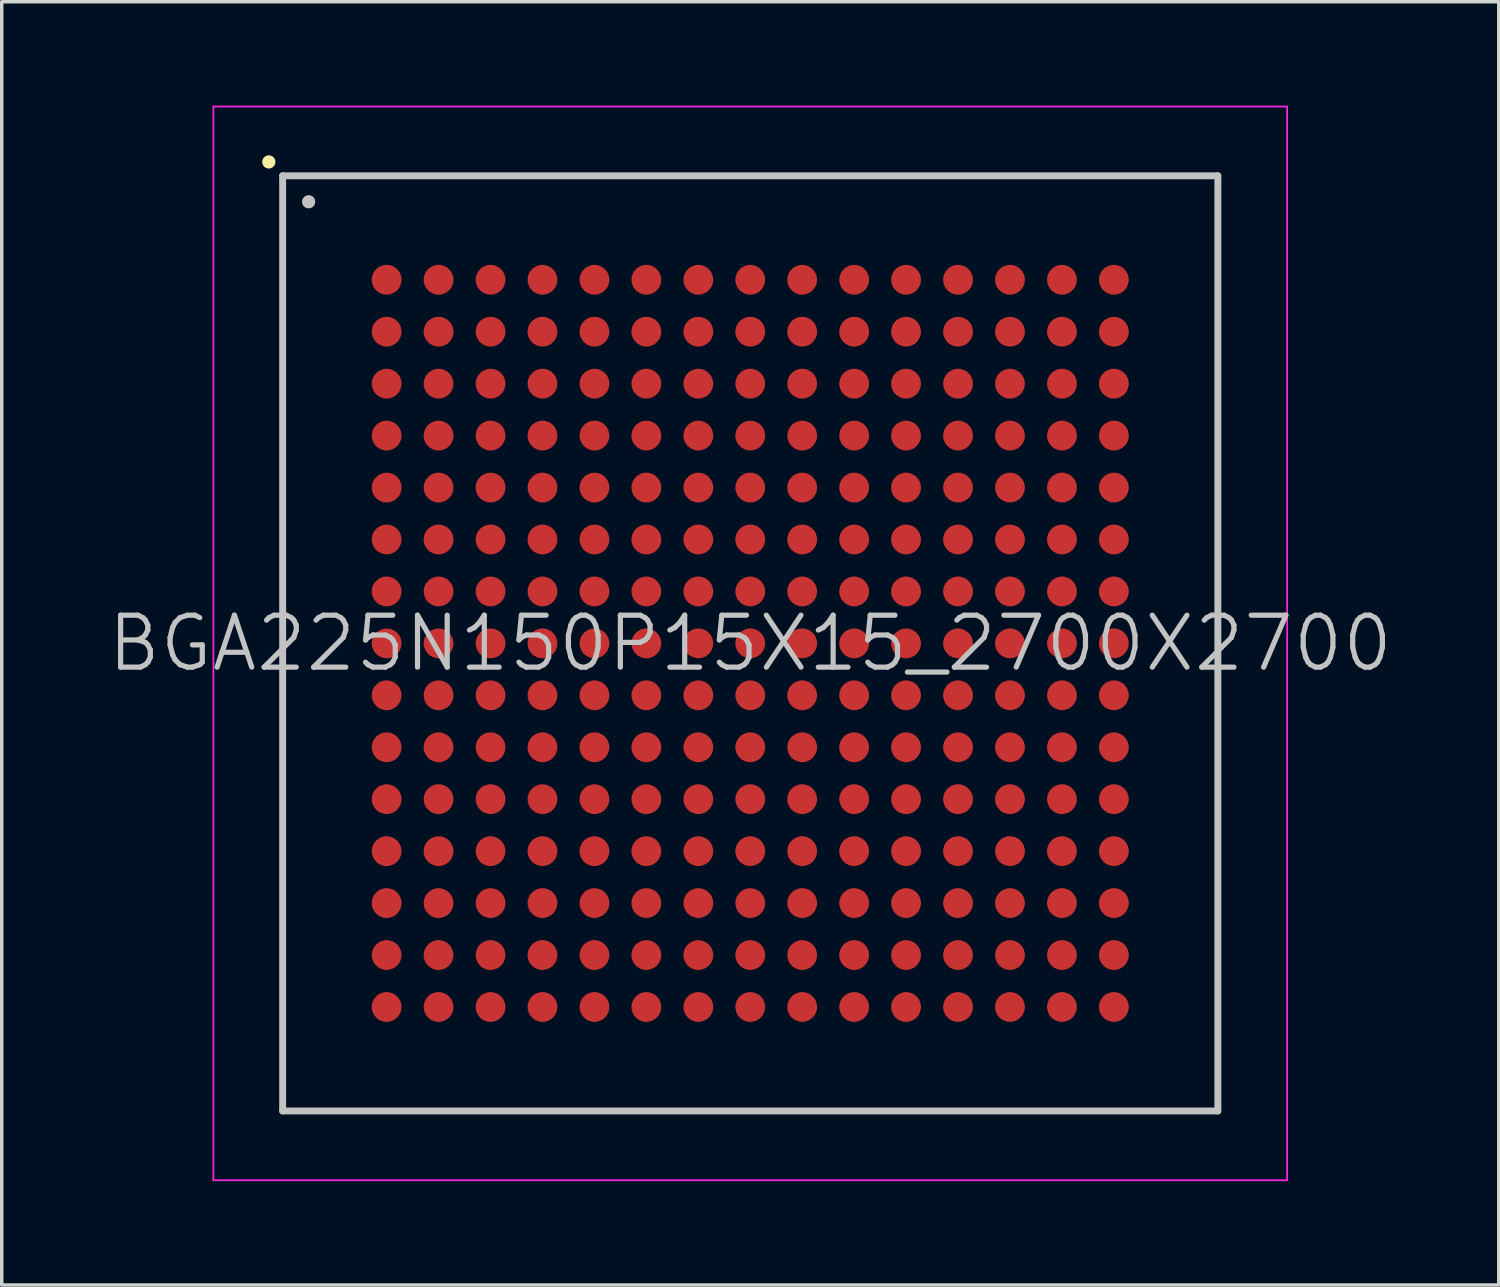
<source format=kicad_pcb>
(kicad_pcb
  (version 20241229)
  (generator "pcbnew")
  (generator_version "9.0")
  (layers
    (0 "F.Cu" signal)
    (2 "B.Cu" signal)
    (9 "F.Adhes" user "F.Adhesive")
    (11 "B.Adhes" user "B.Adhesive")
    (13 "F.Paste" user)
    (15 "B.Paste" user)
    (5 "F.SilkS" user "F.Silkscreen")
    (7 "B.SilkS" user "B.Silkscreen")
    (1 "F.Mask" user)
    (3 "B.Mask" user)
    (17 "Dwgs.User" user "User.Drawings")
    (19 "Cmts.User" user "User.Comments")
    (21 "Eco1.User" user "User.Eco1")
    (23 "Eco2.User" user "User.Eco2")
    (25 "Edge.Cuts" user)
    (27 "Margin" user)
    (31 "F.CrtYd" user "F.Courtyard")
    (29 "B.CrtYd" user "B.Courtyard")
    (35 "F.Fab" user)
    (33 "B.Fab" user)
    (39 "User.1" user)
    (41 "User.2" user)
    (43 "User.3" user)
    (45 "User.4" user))
  (footprint "BGA225N150P15X15_2700X2700"
    (layer "F.Cu")
    (at 18.611 15.525)
    (property "Reference" "BGA225N150P15X15_2700X2700" (at 0 0 0) (layer "Dwgs.User") (effects (font (size 1.5 1.5) (thickness 0.15))))
    (attr smd)
    (fp_line (start -13.9 -13.9) (end -13.9 -13.9) (stroke (width 0.381) (type solid)) (layer "F.SilkS"))
    (fp_line (start -13.5 -13.5) (end -13.5 13.5) (stroke (width 0.2) (type solid)) (layer "Dwgs.User"))
    (fp_line (start -13.5 -13.5) (end 13.5 -13.5) (stroke (width 0.2) (type solid)) (layer "Dwgs.User"))
    (fp_line (start -13.5 13.5) (end 13.5 13.5) (stroke (width 0.2) (type solid)) (layer "Dwgs.User"))
    (fp_line (start -12.75 -12.75) (end -12.75 -12.75) (stroke (width 0.381) (type solid)) (layer "Dwgs.User"))
    (fp_line (start 13.5 -13.5) (end 13.5 13.5) (stroke (width 0.2) (type solid)) (layer "Dwgs.User"))
    (fp_line (start -15.5 -15.5) (end -15.5 15.5) (stroke (width 0.05) (type solid)) (layer "F.CrtYd"))
    (fp_line (start -15.5 -15.5) (end 15.5 -15.5) (stroke (width 0.05) (type solid)) (layer "F.CrtYd"))
    (fp_line (start -15.5 15.5) (end 15.5 15.5) (stroke (width 0.05) (type solid)) (layer "F.CrtYd"))
    (fp_line (start 15.5 -15.5) (end 15.5 15.5) (stroke (width 0.05) (type solid)) (layer "F.CrtYd"))
    (pad "A1" smd circle (at -10.498 -10.498 270) (size 0.86 0.86) (layers "F.Cu" "F.Mask" "F.Paste"))
    (pad "A2" smd circle (at -8.999 -10.498 270) (size 0.86 0.86) (layers "F.Cu" "F.Mask" "F.Paste"))
    (pad "A3" smd circle (at -7.498 -10.498 270) (size 0.86 0.86) (layers "F.Cu" "F.Mask" "F.Paste"))
    (pad "A4" smd circle (at -5.999 -10.498 270) (size 0.86 0.86) (layers "F.Cu" "F.Mask" "F.Paste"))
    (pad "A5" smd circle (at -4.498 -10.498 270) (size 0.86 0.86) (layers "F.Cu" "F.Mask" "F.Paste"))
    (pad "A6" smd circle (at -3 -10.498 270) (size 0.86 0.86) (layers "F.Cu" "F.Mask" "F.Paste"))
    (pad "A7" smd circle (at -1.499 -10.498 270) (size 0.86 0.86) (layers "F.Cu" "F.Mask" "F.Paste"))
    (pad "A8" smd circle (at 0 -10.498 270) (size 0.86 0.86) (layers "F.Cu" "F.Mask" "F.Paste"))
    (pad "A9" smd circle (at 1.499 -10.498 270) (size 0.86 0.86) (layers "F.Cu" "F.Mask" "F.Paste"))
    (pad "A10" smd circle (at 3 -10.498 270) (size 0.86 0.86) (layers "F.Cu" "F.Mask" "F.Paste"))
    (pad "A11" smd circle (at 4.498 -10.498 270) (size 0.86 0.86) (layers "F.Cu" "F.Mask" "F.Paste"))
    (pad "A12" smd circle (at 5.999 -10.498 270) (size 0.86 0.86) (layers "F.Cu" "F.Mask" "F.Paste"))
    (pad "A13" smd circle (at 7.498 -10.498 270) (size 0.86 0.86) (layers "F.Cu" "F.Mask" "F.Paste"))
    (pad "A14" smd circle (at 8.999 -10.498 270) (size 0.86 0.86) (layers "F.Cu" "F.Mask" "F.Paste"))
    (pad "A15" smd circle (at 10.498 -10.498 270) (size 0.86 0.86) (layers "F.Cu" "F.Mask" "F.Paste"))
    (pad "B1" smd circle (at -10.498 -8.999 270) (size 0.86 0.86) (layers "F.Cu" "F.Mask" "F.Paste"))
    (pad "B2" smd circle (at -8.999 -8.999 270) (size 0.86 0.86) (layers "F.Cu" "F.Mask" "F.Paste"))
    (pad "B3" smd circle (at -7.498 -8.999 270) (size 0.86 0.86) (layers "F.Cu" "F.Mask" "F.Paste"))
    (pad "B4" smd circle (at -5.999 -8.999 270) (size 0.86 0.86) (layers "F.Cu" "F.Mask" "F.Paste"))
    (pad "B5" smd circle (at -4.498 -8.999 270) (size 0.86 0.86) (layers "F.Cu" "F.Mask" "F.Paste"))
    (pad "B6" smd circle (at -3 -8.999 270) (size 0.86 0.86) (layers "F.Cu" "F.Mask" "F.Paste"))
    (pad "B7" smd circle (at -1.499 -8.999 270) (size 0.86 0.86) (layers "F.Cu" "F.Mask" "F.Paste"))
    (pad "B8" smd circle (at 0 -8.999 270) (size 0.86 0.86) (layers "F.Cu" "F.Mask" "F.Paste"))
    (pad "B9" smd circle (at 1.499 -8.999 270) (size 0.86 0.86) (layers "F.Cu" "F.Mask" "F.Paste"))
    (pad "B10" smd circle (at 3 -8.999 270) (size 0.86 0.86) (layers "F.Cu" "F.Mask" "F.Paste"))
    (pad "B11" smd circle (at 4.498 -8.999 270) (size 0.86 0.86) (layers "F.Cu" "F.Mask" "F.Paste"))
    (pad "B12" smd circle (at 5.999 -8.999 270) (size 0.86 0.86) (layers "F.Cu" "F.Mask" "F.Paste"))
    (pad "B13" smd circle (at 7.498 -8.999 270) (size 0.86 0.86) (layers "F.Cu" "F.Mask" "F.Paste"))
    (pad "B14" smd circle (at 8.999 -8.999 270) (size 0.86 0.86) (layers "F.Cu" "F.Mask" "F.Paste"))
    (pad "B15" smd circle (at 10.498 -8.999 270) (size 0.86 0.86) (layers "F.Cu" "F.Mask" "F.Paste"))
    (pad "C1" smd circle (at -10.498 -7.498 270) (size 0.86 0.86) (layers "F.Cu" "F.Mask" "F.Paste"))
    (pad "C2" smd circle (at -8.999 -7.498 270) (size 0.86 0.86) (layers "F.Cu" "F.Mask" "F.Paste"))
    (pad "C3" smd circle (at -7.498 -7.498 270) (size 0.86 0.86) (layers "F.Cu" "F.Mask" "F.Paste"))
    (pad "C4" smd circle (at -5.999 -7.498 270) (size 0.86 0.86) (layers "F.Cu" "F.Mask" "F.Paste"))
    (pad "C5" smd circle (at -4.498 -7.498 270) (size 0.86 0.86) (layers "F.Cu" "F.Mask" "F.Paste"))
    (pad "C6" smd circle (at -3 -7.498 270) (size 0.86 0.86) (layers "F.Cu" "F.Mask" "F.Paste"))
    (pad "C7" smd circle (at -1.499 -7.498 270) (size 0.86 0.86) (layers "F.Cu" "F.Mask" "F.Paste"))
    (pad "C8" smd circle (at 0 -7.498 270) (size 0.86 0.86) (layers "F.Cu" "F.Mask" "F.Paste"))
    (pad "C9" smd circle (at 1.499 -7.498 270) (size 0.86 0.86) (layers "F.Cu" "F.Mask" "F.Paste"))
    (pad "C10" smd circle (at 3 -7.498 270) (size 0.86 0.86) (layers "F.Cu" "F.Mask" "F.Paste"))
    (pad "C11" smd circle (at 4.498 -7.498 270) (size 0.86 0.86) (layers "F.Cu" "F.Mask" "F.Paste"))
    (pad "C12" smd circle (at 5.999 -7.498 270) (size 0.86 0.86) (layers "F.Cu" "F.Mask" "F.Paste"))
    (pad "C13" smd circle (at 7.498 -7.498 270) (size 0.86 0.86) (layers "F.Cu" "F.Mask" "F.Paste"))
    (pad "C14" smd circle (at 8.999 -7.498 270) (size 0.86 0.86) (layers "F.Cu" "F.Mask" "F.Paste"))
    (pad "C15" smd circle (at 10.498 -7.498 270) (size 0.86 0.86) (layers "F.Cu" "F.Mask" "F.Paste"))
    (pad "D1" smd circle (at -10.498 -5.999 270) (size 0.86 0.86) (layers "F.Cu" "F.Mask" "F.Paste"))
    (pad "D2" smd circle (at -8.999 -5.999 270) (size 0.86 0.86) (layers "F.Cu" "F.Mask" "F.Paste"))
    (pad "D3" smd circle (at -7.498 -5.999 270) (size 0.86 0.86) (layers "F.Cu" "F.Mask" "F.Paste"))
    (pad "D4" smd circle (at -5.999 -5.999 270) (size 0.86 0.86) (layers "F.Cu" "F.Mask" "F.Paste"))
    (pad "D5" smd circle (at -4.498 -5.999 270) (size 0.86 0.86) (layers "F.Cu" "F.Mask" "F.Paste"))
    (pad "D6" smd circle (at -3 -5.999 270) (size 0.86 0.86) (layers "F.Cu" "F.Mask" "F.Paste"))
    (pad "D7" smd circle (at -1.499 -5.999 270) (size 0.86 0.86) (layers "F.Cu" "F.Mask" "F.Paste"))
    (pad "D8" smd circle (at 0 -5.999 270) (size 0.86 0.86) (layers "F.Cu" "F.Mask" "F.Paste"))
    (pad "D9" smd circle (at 1.499 -5.999 270) (size 0.86 0.86) (layers "F.Cu" "F.Mask" "F.Paste"))
    (pad "D10" smd circle (at 3 -5.999 270) (size 0.86 0.86) (layers "F.Cu" "F.Mask" "F.Paste"))
    (pad "D11" smd circle (at 4.498 -5.999 270) (size 0.86 0.86) (layers "F.Cu" "F.Mask" "F.Paste"))
    (pad "D12" smd circle (at 5.999 -5.999 270) (size 0.86 0.86) (layers "F.Cu" "F.Mask" "F.Paste"))
    (pad "D13" smd circle (at 7.498 -5.999 270) (size 0.86 0.86) (layers "F.Cu" "F.Mask" "F.Paste"))
    (pad "D14" smd circle (at 8.999 -5.999 270) (size 0.86 0.86) (layers "F.Cu" "F.Mask" "F.Paste"))
    (pad "D15" smd circle (at 10.498 -5.999 270) (size 0.86 0.86) (layers "F.Cu" "F.Mask" "F.Paste"))
    (pad "E1" smd circle (at -10.498 -4.498 270) (size 0.86 0.86) (layers "F.Cu" "F.Mask" "F.Paste"))
    (pad "E2" smd circle (at -8.999 -4.498 270) (size 0.86 0.86) (layers "F.Cu" "F.Mask" "F.Paste"))
    (pad "E3" smd circle (at -7.498 -4.498 270) (size 0.86 0.86) (layers "F.Cu" "F.Mask" "F.Paste"))
    (pad "E4" smd circle (at -5.999 -4.498 270) (size 0.86 0.86) (layers "F.Cu" "F.Mask" "F.Paste"))
    (pad "E5" smd circle (at -4.498 -4.498 270) (size 0.86 0.86) (layers "F.Cu" "F.Mask" "F.Paste"))
    (pad "E6" smd circle (at -3 -4.498 270) (size 0.86 0.86) (layers "F.Cu" "F.Mask" "F.Paste"))
    (pad "E7" smd circle (at -1.499 -4.498 270) (size 0.86 0.86) (layers "F.Cu" "F.Mask" "F.Paste"))
    (pad "E8" smd circle (at 0 -4.498 270) (size 0.86 0.86) (layers "F.Cu" "F.Mask" "F.Paste"))
    (pad "E9" smd circle (at 1.499 -4.498 270) (size 0.86 0.86) (layers "F.Cu" "F.Mask" "F.Paste"))
    (pad "E10" smd circle (at 3 -4.498 270) (size 0.86 0.86) (layers "F.Cu" "F.Mask" "F.Paste"))
    (pad "E11" smd circle (at 4.498 -4.498 270) (size 0.86 0.86) (layers "F.Cu" "F.Mask" "F.Paste"))
    (pad "E12" smd circle (at 5.999 -4.498 270) (size 0.86 0.86) (layers "F.Cu" "F.Mask" "F.Paste"))
    (pad "E13" smd circle (at 7.498 -4.498 270) (size 0.86 0.86) (layers "F.Cu" "F.Mask" "F.Paste"))
    (pad "E14" smd circle (at 8.999 -4.498 270) (size 0.86 0.86) (layers "F.Cu" "F.Mask" "F.Paste"))
    (pad "E15" smd circle (at 10.498 -4.498 270) (size 0.86 0.86) (layers "F.Cu" "F.Mask" "F.Paste"))
    (pad "F1" smd circle (at -10.498 -3 270) (size 0.86 0.86) (layers "F.Cu" "F.Mask" "F.Paste"))
    (pad "F2" smd circle (at -8.999 -3 270) (size 0.86 0.86) (layers "F.Cu" "F.Mask" "F.Paste"))
    (pad "F3" smd circle (at -7.498 -3 270) (size 0.86 0.86) (layers "F.Cu" "F.Mask" "F.Paste"))
    (pad "F4" smd circle (at -5.999 -3 270) (size 0.86 0.86) (layers "F.Cu" "F.Mask" "F.Paste"))
    (pad "F5" smd circle (at -4.498 -3 270) (size 0.86 0.86) (layers "F.Cu" "F.Mask" "F.Paste"))
    (pad "F6" smd circle (at -3 -3 270) (size 0.86 0.86) (layers "F.Cu" "F.Mask" "F.Paste"))
    (pad "F7" smd circle (at -1.499 -3 270) (size 0.86 0.86) (layers "F.Cu" "F.Mask" "F.Paste"))
    (pad "F8" smd circle (at 0 -3 270) (size 0.86 0.86) (layers "F.Cu" "F.Mask" "F.Paste"))
    (pad "F9" smd circle (at 1.499 -3 270) (size 0.86 0.86) (layers "F.Cu" "F.Mask" "F.Paste"))
    (pad "F10" smd circle (at 3 -3 270) (size 0.86 0.86) (layers "F.Cu" "F.Mask" "F.Paste"))
    (pad "F11" smd circle (at 4.498 -3 270) (size 0.86 0.86) (layers "F.Cu" "F.Mask" "F.Paste"))
    (pad "F12" smd circle (at 5.999 -3 270) (size 0.86 0.86) (layers "F.Cu" "F.Mask" "F.Paste"))
    (pad "F13" smd circle (at 7.498 -3 270) (size 0.86 0.86) (layers "F.Cu" "F.Mask" "F.Paste"))
    (pad "F14" smd circle (at 8.999 -3 270) (size 0.86 0.86) (layers "F.Cu" "F.Mask" "F.Paste"))
    (pad "F15" smd circle (at 10.498 -3 270) (size 0.86 0.86) (layers "F.Cu" "F.Mask" "F.Paste"))
    (pad "G1" smd circle (at -10.498 -1.499 270) (size 0.86 0.86) (layers "F.Cu" "F.Mask" "F.Paste"))
    (pad "G2" smd circle (at -8.999 -1.499 270) (size 0.86 0.86) (layers "F.Cu" "F.Mask" "F.Paste"))
    (pad "G3" smd circle (at -7.498 -1.499 270) (size 0.86 0.86) (layers "F.Cu" "F.Mask" "F.Paste"))
    (pad "G4" smd circle (at -5.999 -1.499 270) (size 0.86 0.86) (layers "F.Cu" "F.Mask" "F.Paste"))
    (pad "G5" smd circle (at -4.498 -1.499 270) (size 0.86 0.86) (layers "F.Cu" "F.Mask" "F.Paste"))
    (pad "G6" smd circle (at -3 -1.499 270) (size 0.86 0.86) (layers "F.Cu" "F.Mask" "F.Paste"))
    (pad "G7" smd circle (at -1.499 -1.499 270) (size 0.86 0.86) (layers "F.Cu" "F.Mask" "F.Paste"))
    (pad "G8" smd circle (at 0 -1.499 270) (size 0.86 0.86) (layers "F.Cu" "F.Mask" "F.Paste"))
    (pad "G9" smd circle (at 1.499 -1.499 270) (size 0.86 0.86) (layers "F.Cu" "F.Mask" "F.Paste"))
    (pad "G10" smd circle (at 3 -1.499 270) (size 0.86 0.86) (layers "F.Cu" "F.Mask" "F.Paste"))
    (pad "G11" smd circle (at 4.498 -1.499 270) (size 0.86 0.86) (layers "F.Cu" "F.Mask" "F.Paste"))
    (pad "G12" smd circle (at 5.999 -1.499 270) (size 0.86 0.86) (layers "F.Cu" "F.Mask" "F.Paste"))
    (pad "G13" smd circle (at 7.498 -1.499 270) (size 0.86 0.86) (layers "F.Cu" "F.Mask" "F.Paste"))
    (pad "G14" smd circle (at 8.999 -1.499 270) (size 0.86 0.86) (layers "F.Cu" "F.Mask" "F.Paste"))
    (pad "G15" smd circle (at 10.498 -1.499 270) (size 0.86 0.86) (layers "F.Cu" "F.Mask" "F.Paste"))
    (pad "H1" smd circle (at -10.498 0 270) (size 0.86 0.86) (layers "F.Cu" "F.Mask" "F.Paste"))
    (pad "H2" smd circle (at -8.999 0 270) (size 0.86 0.86) (layers "F.Cu" "F.Mask" "F.Paste"))
    (pad "H3" smd circle (at -7.498 0 270) (size 0.86 0.86) (layers "F.Cu" "F.Mask" "F.Paste"))
    (pad "H4" smd circle (at -5.999 0 270) (size 0.86 0.86) (layers "F.Cu" "F.Mask" "F.Paste"))
    (pad "H5" smd circle (at -4.498 0 270) (size 0.86 0.86) (layers "F.Cu" "F.Mask" "F.Paste"))
    (pad "H6" smd circle (at -3 0 270) (size 0.86 0.86) (layers "F.Cu" "F.Mask" "F.Paste"))
    (pad "H7" smd circle (at -1.499 0 270) (size 0.86 0.86) (layers "F.Cu" "F.Mask" "F.Paste"))
    (pad "H8" smd circle (at 0 0 270) (size 0.86 0.86) (layers "F.Cu" "F.Mask" "F.Paste"))
    (pad "H9" smd circle (at 1.499 0 270) (size 0.86 0.86) (layers "F.Cu" "F.Mask" "F.Paste"))
    (pad "H10" smd circle (at 3 0 270) (size 0.86 0.86) (layers "F.Cu" "F.Mask" "F.Paste"))
    (pad "H11" smd circle (at 4.498 0 270) (size 0.86 0.86) (layers "F.Cu" "F.Mask" "F.Paste"))
    (pad "H12" smd circle (at 5.999 0 270) (size 0.86 0.86) (layers "F.Cu" "F.Mask" "F.Paste"))
    (pad "H13" smd circle (at 7.498 0 270) (size 0.86 0.86) (layers "F.Cu" "F.Mask" "F.Paste"))
    (pad "H14" smd circle (at 8.999 0 270) (size 0.86 0.86) (layers "F.Cu" "F.Mask" "F.Paste"))
    (pad "H15" smd circle (at 10.498 0 270) (size 0.86 0.86) (layers "F.Cu" "F.Mask" "F.Paste"))
    (pad "J1" smd circle (at -10.498 1.499 270) (size 0.86 0.86) (layers "F.Cu" "F.Mask" "F.Paste"))
    (pad "J2" smd circle (at -8.999 1.499 270) (size 0.86 0.86) (layers "F.Cu" "F.Mask" "F.Paste"))
    (pad "J3" smd circle (at -7.498 1.499 270) (size 0.86 0.86) (layers "F.Cu" "F.Mask" "F.Paste"))
    (pad "J4" smd circle (at -5.999 1.499 270) (size 0.86 0.86) (layers "F.Cu" "F.Mask" "F.Paste"))
    (pad "J5" smd circle (at -4.498 1.499 270) (size 0.86 0.86) (layers "F.Cu" "F.Mask" "F.Paste"))
    (pad "J6" smd circle (at -3 1.499 270) (size 0.86 0.86) (layers "F.Cu" "F.Mask" "F.Paste"))
    (pad "J7" smd circle (at -1.499 1.499 270) (size 0.86 0.86) (layers "F.Cu" "F.Mask" "F.Paste"))
    (pad "J8" smd circle (at 0 1.499 270) (size 0.86 0.86) (layers "F.Cu" "F.Mask" "F.Paste"))
    (pad "J9" smd circle (at 1.499 1.499 270) (size 0.86 0.86) (layers "F.Cu" "F.Mask" "F.Paste"))
    (pad "J10" smd circle (at 3 1.499 270) (size 0.86 0.86) (layers "F.Cu" "F.Mask" "F.Paste"))
    (pad "J11" smd circle (at 4.498 1.499 270) (size 0.86 0.86) (layers "F.Cu" "F.Mask" "F.Paste"))
    (pad "J12" smd circle (at 5.999 1.499 270) (size 0.86 0.86) (layers "F.Cu" "F.Mask" "F.Paste"))
    (pad "J13" smd circle (at 7.498 1.499 270) (size 0.86 0.86) (layers "F.Cu" "F.Mask" "F.Paste"))
    (pad "J14" smd circle (at 8.999 1.499 270) (size 0.86 0.86) (layers "F.Cu" "F.Mask" "F.Paste"))
    (pad "J15" smd circle (at 10.498 1.499 270) (size 0.86 0.86) (layers "F.Cu" "F.Mask" "F.Paste"))
    (pad "K1" smd circle (at -10.498 3 270) (size 0.86 0.86) (layers "F.Cu" "F.Mask" "F.Paste"))
    (pad "K2" smd circle (at -8.999 3 270) (size 0.86 0.86) (layers "F.Cu" "F.Mask" "F.Paste"))
    (pad "K3" smd circle (at -7.498 3 270) (size 0.86 0.86) (layers "F.Cu" "F.Mask" "F.Paste"))
    (pad "K4" smd circle (at -5.999 3 270) (size 0.86 0.86) (layers "F.Cu" "F.Mask" "F.Paste"))
    (pad "K5" smd circle (at -4.498 3 270) (size 0.86 0.86) (layers "F.Cu" "F.Mask" "F.Paste"))
    (pad "K6" smd circle (at -3 3 270) (size 0.86 0.86) (layers "F.Cu" "F.Mask" "F.Paste"))
    (pad "K7" smd circle (at -1.499 3 270) (size 0.86 0.86) (layers "F.Cu" "F.Mask" "F.Paste"))
    (pad "K8" smd circle (at 0 3 270) (size 0.86 0.86) (layers "F.Cu" "F.Mask" "F.Paste"))
    (pad "K9" smd circle (at 1.499 3 270) (size 0.86 0.86) (layers "F.Cu" "F.Mask" "F.Paste"))
    (pad "K10" smd circle (at 3 3 270) (size 0.86 0.86) (layers "F.Cu" "F.Mask" "F.Paste"))
    (pad "K11" smd circle (at 4.498 3 270) (size 0.86 0.86) (layers "F.Cu" "F.Mask" "F.Paste"))
    (pad "K12" smd circle (at 5.999 3 270) (size 0.86 0.86) (layers "F.Cu" "F.Mask" "F.Paste"))
    (pad "K13" smd circle (at 7.498 3 270) (size 0.86 0.86) (layers "F.Cu" "F.Mask" "F.Paste"))
    (pad "K14" smd circle (at 8.999 3 270) (size 0.86 0.86) (layers "F.Cu" "F.Mask" "F.Paste"))
    (pad "K15" smd circle (at 10.498 3 270) (size 0.86 0.86) (layers "F.Cu" "F.Mask" "F.Paste"))
    (pad "L1" smd circle (at -10.498 4.498 270) (size 0.86 0.86) (layers "F.Cu" "F.Mask" "F.Paste"))
    (pad "L2" smd circle (at -8.999 4.498 270) (size 0.86 0.86) (layers "F.Cu" "F.Mask" "F.Paste"))
    (pad "L3" smd circle (at -7.498 4.498 270) (size 0.86 0.86) (layers "F.Cu" "F.Mask" "F.Paste"))
    (pad "L4" smd circle (at -5.999 4.498 270) (size 0.86 0.86) (layers "F.Cu" "F.Mask" "F.Paste"))
    (pad "L5" smd circle (at -4.498 4.498 270) (size 0.86 0.86) (layers "F.Cu" "F.Mask" "F.Paste"))
    (pad "L6" smd circle (at -3 4.498 270) (size 0.86 0.86) (layers "F.Cu" "F.Mask" "F.Paste"))
    (pad "L7" smd circle (at -1.499 4.498 270) (size 0.86 0.86) (layers "F.Cu" "F.Mask" "F.Paste"))
    (pad "L8" smd circle (at 0 4.498 270) (size 0.86 0.86) (layers "F.Cu" "F.Mask" "F.Paste"))
    (pad "L9" smd circle (at 1.499 4.498 270) (size 0.86 0.86) (layers "F.Cu" "F.Mask" "F.Paste"))
    (pad "L10" smd circle (at 3 4.498 270) (size 0.86 0.86) (layers "F.Cu" "F.Mask" "F.Paste"))
    (pad "L11" smd circle (at 4.498 4.498 270) (size 0.86 0.86) (layers "F.Cu" "F.Mask" "F.Paste"))
    (pad "L12" smd circle (at 5.999 4.498 270) (size 0.86 0.86) (layers "F.Cu" "F.Mask" "F.Paste"))
    (pad "L13" smd circle (at 7.498 4.498 270) (size 0.86 0.86) (layers "F.Cu" "F.Mask" "F.Paste"))
    (pad "L14" smd circle (at 8.999 4.498 270) (size 0.86 0.86) (layers "F.Cu" "F.Mask" "F.Paste"))
    (pad "L15" smd circle (at 10.498 4.498 270) (size 0.86 0.86) (layers "F.Cu" "F.Mask" "F.Paste"))
    (pad "M1" smd circle (at -10.498 5.999 270) (size 0.86 0.86) (layers "F.Cu" "F.Mask" "F.Paste"))
    (pad "M2" smd circle (at -8.999 5.999 270) (size 0.86 0.86) (layers "F.Cu" "F.Mask" "F.Paste"))
    (pad "M3" smd circle (at -7.498 5.999 270) (size 0.86 0.86) (layers "F.Cu" "F.Mask" "F.Paste"))
    (pad "M4" smd circle (at -5.999 5.999 270) (size 0.86 0.86) (layers "F.Cu" "F.Mask" "F.Paste"))
    (pad "M5" smd circle (at -4.498 5.999 270) (size 0.86 0.86) (layers "F.Cu" "F.Mask" "F.Paste"))
    (pad "M6" smd circle (at -3 5.999 270) (size 0.86 0.86) (layers "F.Cu" "F.Mask" "F.Paste"))
    (pad "M7" smd circle (at -1.499 5.999 270) (size 0.86 0.86) (layers "F.Cu" "F.Mask" "F.Paste"))
    (pad "M8" smd circle (at 0 5.999 270) (size 0.86 0.86) (layers "F.Cu" "F.Mask" "F.Paste"))
    (pad "M9" smd circle (at 1.499 5.999 270) (size 0.86 0.86) (layers "F.Cu" "F.Mask" "F.Paste"))
    (pad "M10" smd circle (at 3 5.999 270) (size 0.86 0.86) (layers "F.Cu" "F.Mask" "F.Paste"))
    (pad "M11" smd circle (at 4.498 5.999 270) (size 0.86 0.86) (layers "F.Cu" "F.Mask" "F.Paste"))
    (pad "M12" smd circle (at 5.999 5.999 270) (size 0.86 0.86) (layers "F.Cu" "F.Mask" "F.Paste"))
    (pad "M13" smd circle (at 7.498 5.999 270) (size 0.86 0.86) (layers "F.Cu" "F.Mask" "F.Paste"))
    (pad "M14" smd circle (at 8.999 5.999 270) (size 0.86 0.86) (layers "F.Cu" "F.Mask" "F.Paste"))
    (pad "M15" smd circle (at 10.498 5.999 270) (size 0.86 0.86) (layers "F.Cu" "F.Mask" "F.Paste"))
    (pad "N1" smd circle (at -10.498 7.498 270) (size 0.86 0.86) (layers "F.Cu" "F.Mask" "F.Paste"))
    (pad "N2" smd circle (at -8.999 7.498 270) (size 0.86 0.86) (layers "F.Cu" "F.Mask" "F.Paste"))
    (pad "N3" smd circle (at -7.498 7.498 270) (size 0.86 0.86) (layers "F.Cu" "F.Mask" "F.Paste"))
    (pad "N4" smd circle (at -5.999 7.498 270) (size 0.86 0.86) (layers "F.Cu" "F.Mask" "F.Paste"))
    (pad "N5" smd circle (at -4.498 7.498 270) (size 0.86 0.86) (layers "F.Cu" "F.Mask" "F.Paste"))
    (pad "N6" smd circle (at -3 7.498 270) (size 0.86 0.86) (layers "F.Cu" "F.Mask" "F.Paste"))
    (pad "N7" smd circle (at -1.499 7.498 270) (size 0.86 0.86) (layers "F.Cu" "F.Mask" "F.Paste"))
    (pad "N8" smd circle (at 0 7.498 270) (size 0.86 0.86) (layers "F.Cu" "F.Mask" "F.Paste"))
    (pad "N9" smd circle (at 1.499 7.498 270) (size 0.86 0.86) (layers "F.Cu" "F.Mask" "F.Paste"))
    (pad "N10" smd circle (at 3 7.498 270) (size 0.86 0.86) (layers "F.Cu" "F.Mask" "F.Paste"))
    (pad "N11" smd circle (at 4.498 7.498 270) (size 0.86 0.86) (layers "F.Cu" "F.Mask" "F.Paste"))
    (pad "N12" smd circle (at 5.999 7.498 270) (size 0.86 0.86) (layers "F.Cu" "F.Mask" "F.Paste"))
    (pad "N13" smd circle (at 7.498 7.498 270) (size 0.86 0.86) (layers "F.Cu" "F.Mask" "F.Paste"))
    (pad "N14" smd circle (at 8.999 7.498 270) (size 0.86 0.86) (layers "F.Cu" "F.Mask" "F.Paste"))
    (pad "N15" smd circle (at 10.498 7.498 270) (size 0.86 0.86) (layers "F.Cu" "F.Mask" "F.Paste"))
    (pad "P1" smd circle (at -10.498 8.999 270) (size 0.86 0.86) (layers "F.Cu" "F.Mask" "F.Paste"))
    (pad "P2" smd circle (at -8.999 8.999 270) (size 0.86 0.86) (layers "F.Cu" "F.Mask" "F.Paste"))
    (pad "P3" smd circle (at -7.498 8.999 270) (size 0.86 0.86) (layers "F.Cu" "F.Mask" "F.Paste"))
    (pad "P4" smd circle (at -5.999 8.999 270) (size 0.86 0.86) (layers "F.Cu" "F.Mask" "F.Paste"))
    (pad "P5" smd circle (at -4.498 8.999 270) (size 0.86 0.86) (layers "F.Cu" "F.Mask" "F.Paste"))
    (pad "P6" smd circle (at -3 8.999 270) (size 0.86 0.86) (layers "F.Cu" "F.Mask" "F.Paste"))
    (pad "P7" smd circle (at -1.499 8.999 270) (size 0.86 0.86) (layers "F.Cu" "F.Mask" "F.Paste"))
    (pad "P8" smd circle (at 0 8.999 270) (size 0.86 0.86) (layers "F.Cu" "F.Mask" "F.Paste"))
    (pad "P9" smd circle (at 1.499 8.999 270) (size 0.86 0.86) (layers "F.Cu" "F.Mask" "F.Paste"))
    (pad "P10" smd circle (at 3 8.999 270) (size 0.86 0.86) (layers "F.Cu" "F.Mask" "F.Paste"))
    (pad "P11" smd circle (at 4.498 8.999 270) (size 0.86 0.86) (layers "F.Cu" "F.Mask" "F.Paste"))
    (pad "P12" smd circle (at 5.999 8.999 270) (size 0.86 0.86) (layers "F.Cu" "F.Mask" "F.Paste"))
    (pad "P13" smd circle (at 7.498 8.999 270) (size 0.86 0.86) (layers "F.Cu" "F.Mask" "F.Paste"))
    (pad "P14" smd circle (at 8.999 8.999 270) (size 0.86 0.86) (layers "F.Cu" "F.Mask" "F.Paste"))
    (pad "P15" smd circle (at 10.498 8.999 270) (size 0.86 0.86) (layers "F.Cu" "F.Mask" "F.Paste"))
    (pad "R1" smd circle (at -10.498 10.498 270) (size 0.86 0.86) (layers "F.Cu" "F.Mask" "F.Paste"))
    (pad "R2" smd circle (at -8.999 10.498 270) (size 0.86 0.86) (layers "F.Cu" "F.Mask" "F.Paste"))
    (pad "R3" smd circle (at -7.498 10.498 270) (size 0.86 0.86) (layers "F.Cu" "F.Mask" "F.Paste"))
    (pad "R4" smd circle (at -5.999 10.498 270) (size 0.86 0.86) (layers "F.Cu" "F.Mask" "F.Paste"))
    (pad "R5" smd circle (at -4.498 10.498 270) (size 0.86 0.86) (layers "F.Cu" "F.Mask" "F.Paste"))
    (pad "R6" smd circle (at -3 10.498 270) (size 0.86 0.86) (layers "F.Cu" "F.Mask" "F.Paste"))
    (pad "R7" smd circle (at -1.499 10.498 270) (size 0.86 0.86) (layers "F.Cu" "F.Mask" "F.Paste"))
    (pad "R8" smd circle (at 0 10.498 270) (size 0.86 0.86) (layers "F.Cu" "F.Mask" "F.Paste"))
    (pad "R9" smd circle (at 1.499 10.498 270) (size 0.86 0.86) (layers "F.Cu" "F.Mask" "F.Paste"))
    (pad "R10" smd circle (at 3 10.498 270) (size 0.86 0.86) (layers "F.Cu" "F.Mask" "F.Paste"))
    (pad "R11" smd circle (at 4.498 10.498 270) (size 0.86 0.86) (layers "F.Cu" "F.Mask" "F.Paste"))
    (pad "R12" smd circle (at 5.999 10.498 270) (size 0.86 0.86) (layers "F.Cu" "F.Mask" "F.Paste"))
    (pad "R13" smd circle (at 7.498 10.498 270) (size 0.86 0.86) (layers "F.Cu" "F.Mask" "F.Paste"))
    (pad "R14" smd circle (at 8.999 10.498 270) (size 0.86 0.86) (layers "F.Cu" "F.Mask" "F.Paste"))
    (pad "R15" smd circle (at 10.498 10.498 270) (size 0.86 0.86) (layers "F.Cu" "F.Mask" "F.Paste")))
  (gr_rect
    (start -3 -3)
    (end 40.221 34.05)
    (stroke (width 0.1) (type default))
    (fill no)
    (layer "Edge.Cuts")))
</source>
